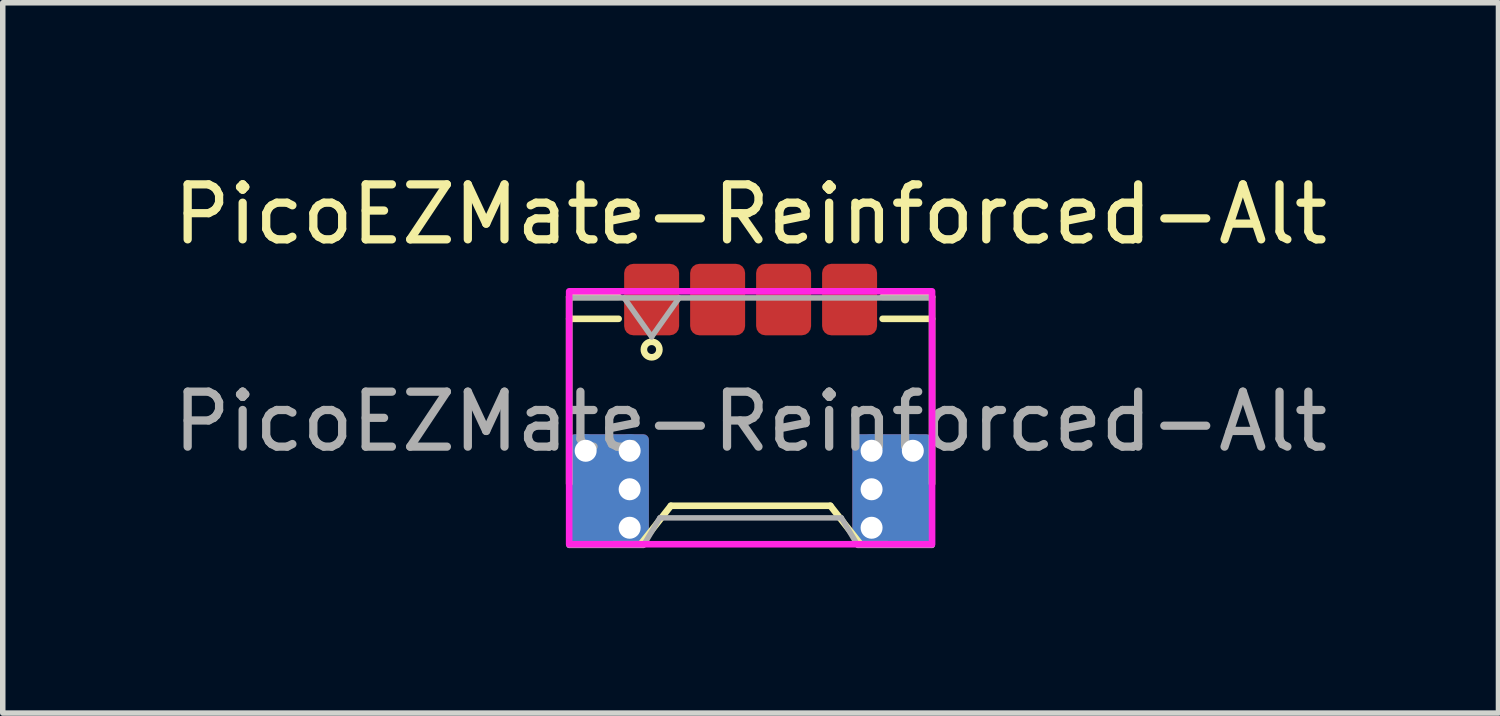
<source format=kicad_pcb>
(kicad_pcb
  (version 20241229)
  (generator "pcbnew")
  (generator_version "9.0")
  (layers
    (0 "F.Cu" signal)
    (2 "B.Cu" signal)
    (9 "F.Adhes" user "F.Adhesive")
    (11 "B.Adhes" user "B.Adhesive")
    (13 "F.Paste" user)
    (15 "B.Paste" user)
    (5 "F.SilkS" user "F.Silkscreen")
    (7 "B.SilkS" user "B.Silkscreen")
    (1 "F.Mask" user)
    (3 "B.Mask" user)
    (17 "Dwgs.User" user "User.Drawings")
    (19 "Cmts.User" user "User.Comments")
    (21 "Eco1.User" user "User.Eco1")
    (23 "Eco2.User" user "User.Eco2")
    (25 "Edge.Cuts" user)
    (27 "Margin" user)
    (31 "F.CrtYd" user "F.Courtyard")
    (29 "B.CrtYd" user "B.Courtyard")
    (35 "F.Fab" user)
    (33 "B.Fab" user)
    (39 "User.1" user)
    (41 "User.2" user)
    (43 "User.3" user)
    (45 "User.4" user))
  (footprint "PicoEZMate-Reinforced-Alt"
    (layer "F.Cu")
    (at 10.601 4.348)
    (property "Reference" "PicoEZMate-Reinforced-Alt" (at 0 -3.5 0) (layer "F.SilkS") (effects (font (size 1 1) (thickness 0.15))))
    (attr smd)
    (fp_line (start -3.3 -2) (end -3.3 1.4) (stroke (width 0.12) (type solid)) (layer "F.SilkS"))
    (fp_line (start -3.3 -2) (end -2.4 -2) (stroke (width 0.12) (type solid)) (layer "F.SilkS"))
    (fp_line (start -2.4 -1.6) (end -3.3 -1.6) (stroke (width 0.12) (type solid)) (layer "F.SilkS"))
    (fp_line (start -2 2.5) (end -2.5 2.5) (stroke (width 0.12) (type solid)) (layer "F.SilkS"))
    (fp_line (start -1.45 1.8) (end -2 2.5) (stroke (width 0.12) (type solid)) (layer "F.SilkS"))
    (fp_line (start 1.45 1.8) (end -1.45 1.8) (stroke (width 0.12) (type solid)) (layer "F.SilkS"))
    (fp_line (start 2 2.5) (end 1.45 1.8) (stroke (width 0.12) (type solid)) (layer "F.SilkS"))
    (fp_line (start 2 2.5) (end 2.5 2.5) (stroke (width 0.12) (type solid)) (layer "F.SilkS"))
    (fp_line (start 2.4 -2) (end 3.3 -2) (stroke (width 0.12) (type solid)) (layer "F.SilkS"))
    (fp_line (start 3.3 -2) (end 3.3 1.4) (stroke (width 0.12) (type solid)) (layer "F.SilkS"))
    (fp_line (start 3.3 -1.6) (end 2.4 -1.6) (stroke (width 0.12) (type solid)) (layer "F.SilkS"))
    (fp_circle (center -1.8 -1.041) (end -1.7 -1.141) (stroke (width 0.12) (type solid)) (fill no) (layer "F.SilkS"))
    (fp_rect (start -3.3 -2.1) (end 3.3 2.5) (stroke (width 0.12) (type solid)) (fill no) (layer "F.CrtYd"))
    (fp_line (start -3.3 -1.98) (end -3.3 2.52) (stroke (width 0.1) (type solid)) (layer "F.Fab"))
    (fp_line (start -3.3 -1.98) (end 3.3 -1.98) (stroke (width 0.1) (type solid)) (layer "F.Fab"))
    (fp_line (start -3.3 2.52) (end -1.95 2.52) (stroke (width 0.1) (type solid)) (layer "F.Fab"))
    (fp_line (start -2.3 -1.98) (end -1.8 -1.273) (stroke (width 0.1) (type solid)) (layer "F.Fab"))
    (fp_line (start -1.95 2.52) (end -1.65 2.02) (stroke (width 0.1) (type solid)) (layer "F.Fab"))
    (fp_line (start -1.8 -1.273) (end -1.3 -1.98) (stroke (width 0.1) (type solid)) (layer "F.Fab"))
    (fp_line (start -1.65 2.02) (end 1.65 2.02) (stroke (width 0.1) (type solid)) (layer "F.Fab"))
    (fp_line (start 1.65 2.02) (end 1.95 2.52) (stroke (width 0.1) (type solid)) (layer "F.Fab"))
    (fp_line (start 1.95 2.52) (end 3.3 2.52) (stroke (width 0.1) (type solid)) (layer "F.Fab"))
    (fp_line (start 3.3 -1.98) (end 3.3 2.52) (stroke (width 0.1) (type solid)) (layer "F.Fab"))
    (fp_text user "${REFERENCE}" (at 0 0.27 0) (layer "F.Fab") (effects (font (size 1 1) (thickness 0.15))))
    (pad "" thru_hole circle (at -3 0.8) (size 0.6 0.6) (drill 0.4) (layers "*.Cu"))
    (pad "" smd roundrect (at -2.95 2) (size 0.7 1) (layers "F.Mask" "F.Paste") (roundrect_rratio 0.143))
    (pad "" smd roundrect (at -2.575 1.5) (size 1.45 2) (layers "F.Cu") (roundrect_rratio 0.069))
    (pad "" smd roundrect (at -2.575 1.5) (size 1.45 2) (layers "B.Cu") (roundrect_rratio 0.069))
    (pad "" thru_hole circle (at -2.2 0.8) (size 0.6 0.6) (drill 0.4) (layers "*.Cu"))
    (pad "" thru_hole circle (at -2.2 1.5) (size 0.6 0.6) (drill 0.4) (layers "*.Cu"))
    (pad "" thru_hole circle (at -2.2 2.2) (size 0.6 0.6) (drill 0.4) (layers "*.Cu"))
    (pad "" smd roundrect (at -1.8 -2) (size 0.75 1.2) (layers "F.Mask" "F.Paste") (roundrect_rratio 0.167))
    (pad "" smd roundrect (at -0.6 -2) (size 0.75 1.2) (layers "F.Mask" "F.Paste") (roundrect_rratio 0.167))
    (pad "" smd roundrect (at 0.6 -2) (size 0.75 1.2) (layers "F.Mask" "F.Paste") (roundrect_rratio 0.167))
    (pad "" smd roundrect (at 1.8 -2) (size 0.75 1.2) (layers "F.Mask" "F.Paste") (roundrect_rratio 0.167))
    (pad "" thru_hole circle (at 2.2 0.8) (size 0.6 0.6) (drill 0.4) (layers "*.Cu"))
    (pad "" thru_hole circle (at 2.2 1.5) (size 0.6 0.6) (drill 0.4) (layers "*.Cu"))
    (pad "" thru_hole circle (at 2.2 2.2) (size 0.6 0.6) (drill 0.4) (layers "*.Cu"))
    (pad "" smd roundrect (at 2.575 1.5) (size 1.45 2) (layers "F.Cu") (roundrect_rratio 0.069))
    (pad "" smd roundrect (at 2.575 1.5) (size 1.45 2) (layers "B.Cu") (roundrect_rratio 0.069))
    (pad "" thru_hole circle (at 2.95 0.8) (size 0.6 0.6) (drill 0.4) (layers "*.Cu"))
    (pad "" smd roundrect (at 2.95 2) (size 0.7 1) (layers "F.Mask" "F.Paste") (roundrect_rratio 0.143))
    (pad "1" smd roundrect (at -1.8 -1.95) (size 1 1.3) (layers "F.Cu") (roundrect_rratio 0.167))
    (pad "2" smd roundrect (at -0.6 -1.95) (size 1 1.3) (layers "F.Cu") (roundrect_rratio 0.167))
    (pad "3" smd roundrect (at 0.6 -1.95) (size 1 1.3) (layers "F.Cu") (roundrect_rratio 0.167))
    (pad "4" smd roundrect (at 1.8 -1.95) (size 1 1.3) (layers "F.Cu") (roundrect_rratio 0.167)))
  (gr_rect
    (start -3 -3)
    (end 24.202 9.918)
    (stroke (width 0.1) (type default))
    (fill no)
    (layer "Edge.Cuts")))
</source>
